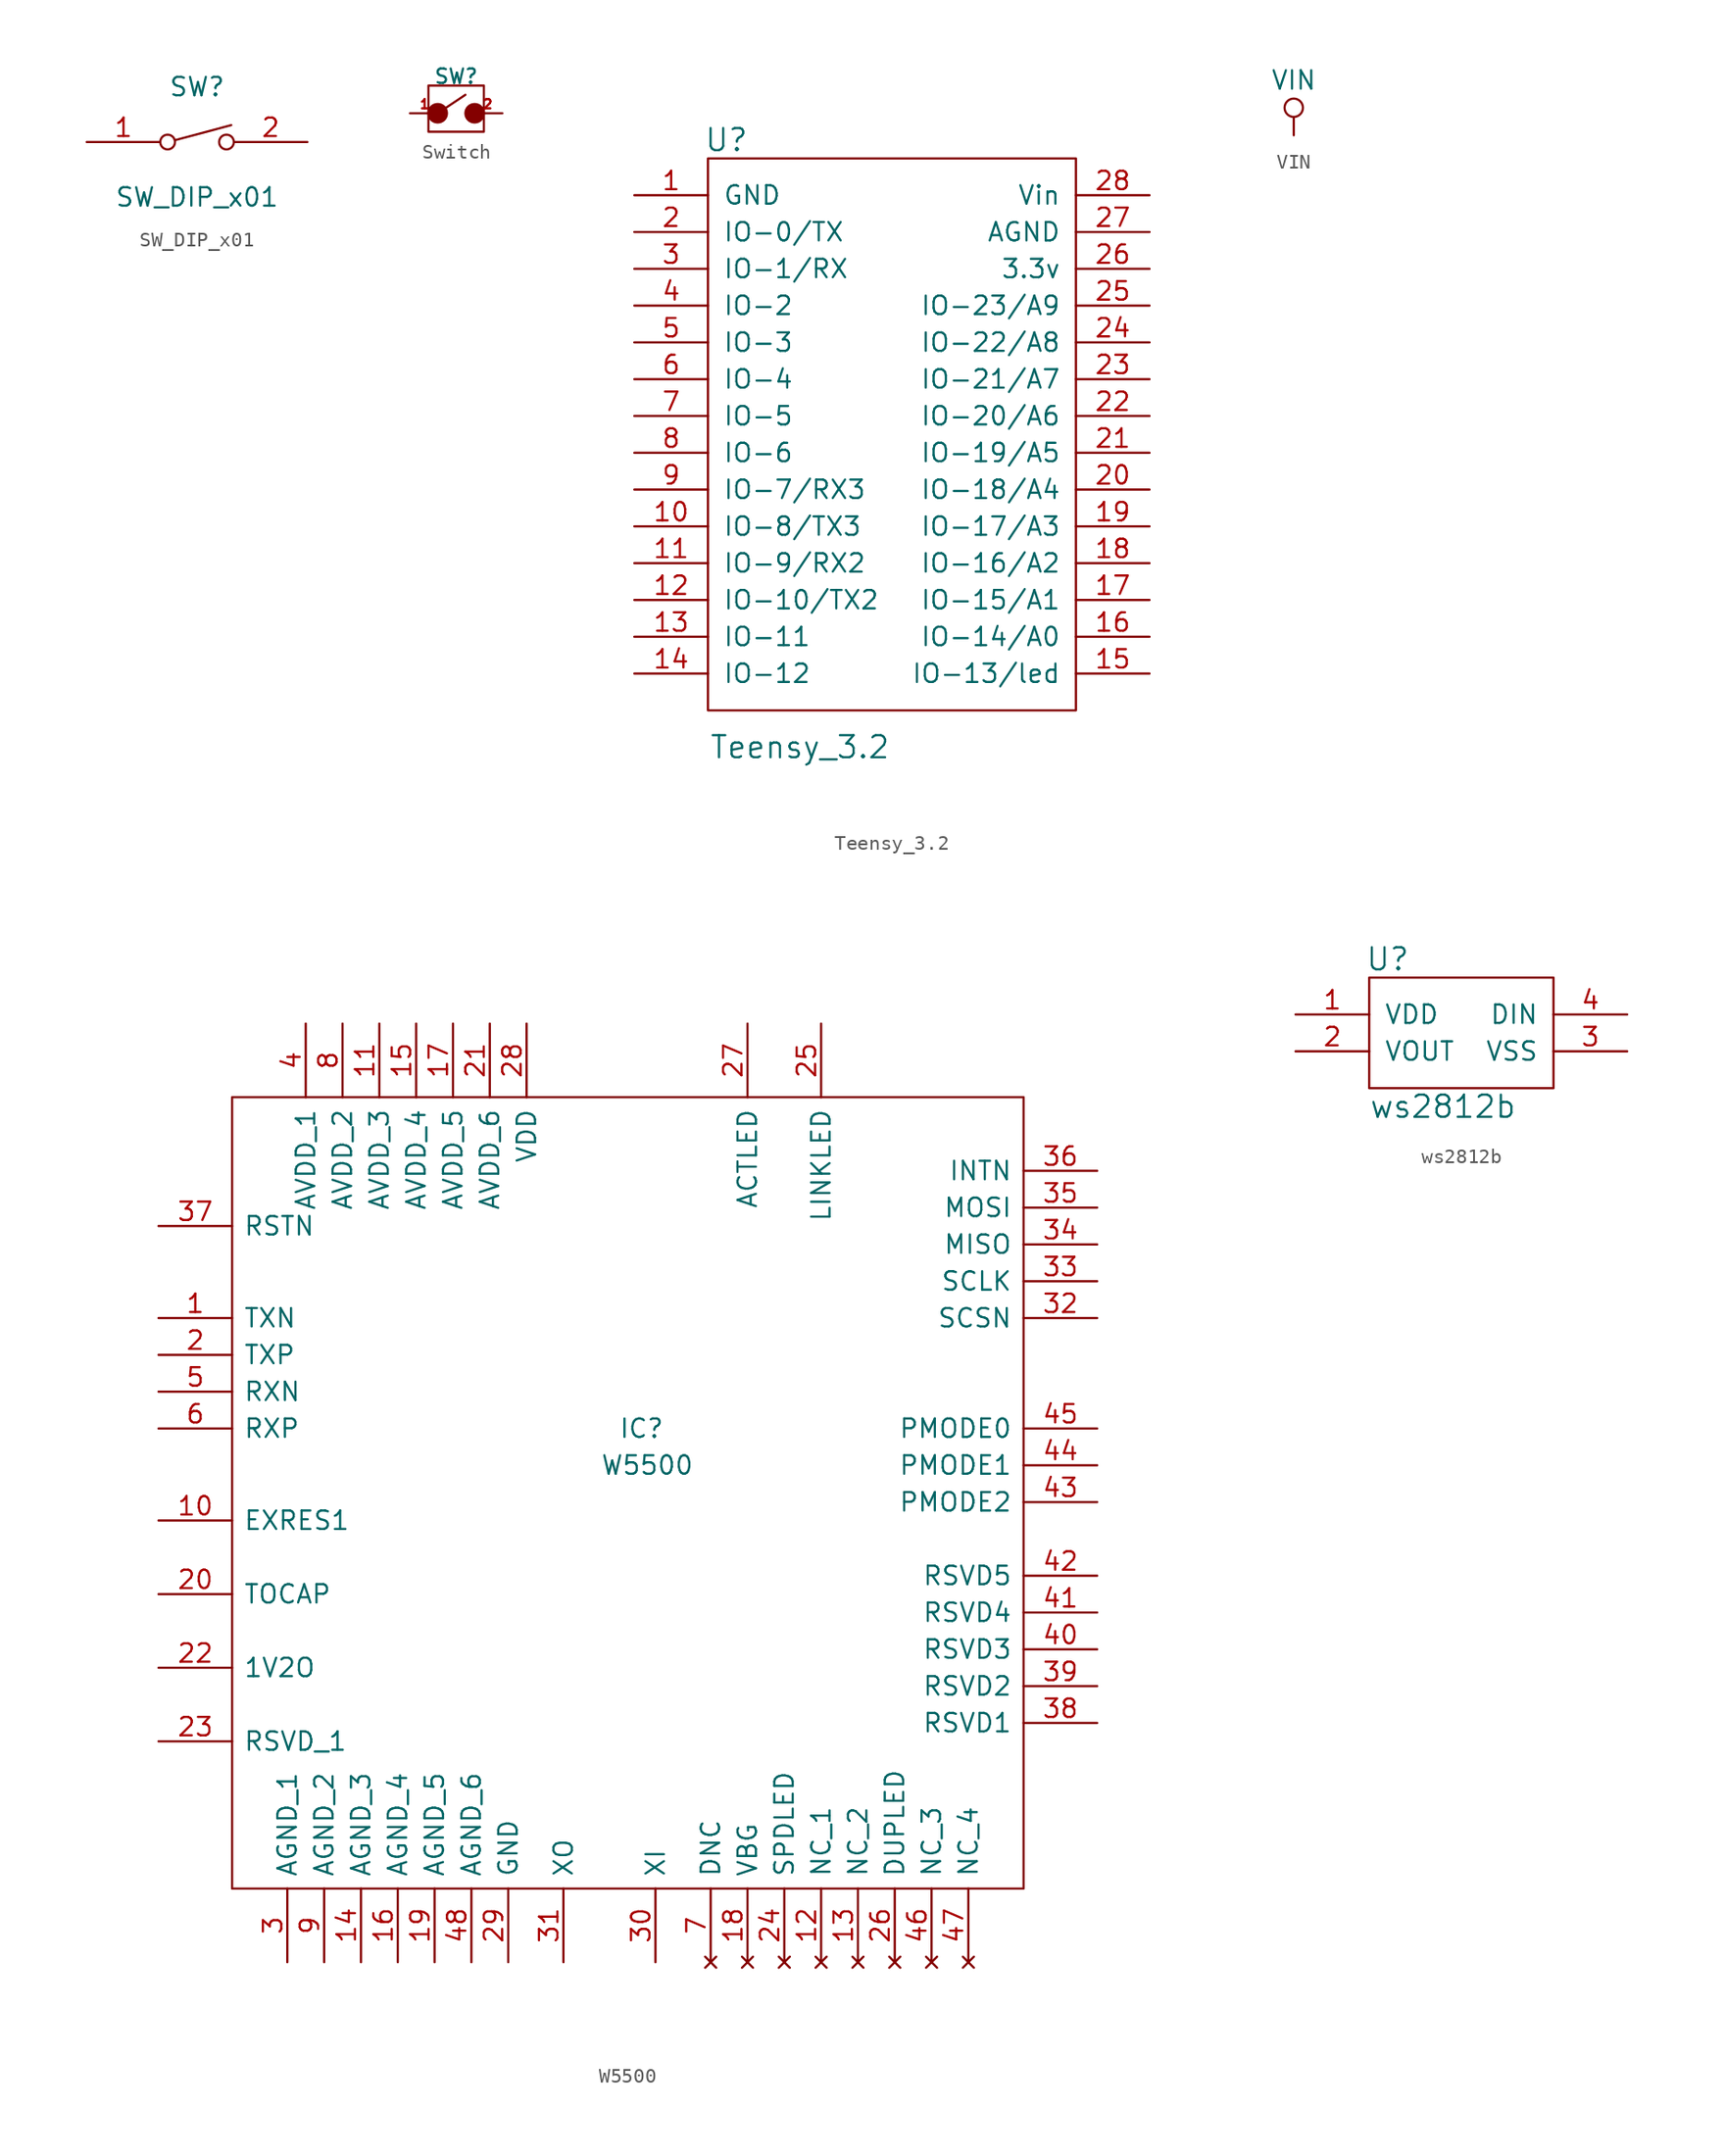
<source format=kicad_sym>
(kicad_symbol_lib
  (version 20211014)
  (generator kicad_symbol_editor)
  (symbol "SW_DIP_x01"
    (pin_names
      (offset 0) hide)
    (property "Reference" "SW"
      (at 0 3.81 0)
      (effects (font (size 1.27 1.27))))
    (property "Value" "SW_DIP_x01"
      (at 0 -3.81 0)
      (effects (font (size 1.27 1.27))))
    (symbol "SW_DIP_x01_0_0"
      (circle (center -2.032 0) (radius 0.508) (stroke (width 0) (type default) (color 0 0 0 0)) (fill (type none)))
      (polyline (pts (xy -1.524 0.127) (xy 2.362 1.168)) (stroke (width 0) (type default) (color 0 0 0 0)) (fill (type none)))
      (circle (center 2.032 0) (radius 0.508) (stroke (width 0) (type default) (color 0 0 0 0)) (fill (type none))))
    (symbol "SW_DIP_x01_1_1"
      (pin passive line (at -7.62 0 0) (length 5.08) (name "~" (effects (font (size 1.27 1.27)))) (number "1" (effects (font (size 1.27 1.27)))))
      (pin passive line (at 7.62 0 180) (length 5.08) (name "~" (effects (font (size 1.27 1.27)))) (number "2" (effects (font (size 1.27 1.27)))))))
  (symbol "Switch"
    (pin_names
      (offset 1.016))
    (property "Reference" "SW"
      (at 0.635 2.54 0)
      (effects (font (size 0.991 0.991))))
    (symbol "Switch_0_1"
      (circle (center -0.635 0) (radius 0.0001) (stroke (width 0.711) (type default) (color 0 0 0 0)) (fill (type none)))
      (polyline (pts (xy 1.27 1.27) (xy -0.635 0)) (stroke (width 0) (type default) (color 0 0 0 0)) (fill (type none)))
      (circle (center 1.905 0) (radius 0.0001) (stroke (width 0.711) (type default) (color 0 0 0 0)) (fill (type none)))
      (rectangle (start 2.54 1.905) (end -1.27 -1.27) (stroke (width 0) (type default) (color 0 0 0 0)) (fill (type none))))
    (symbol "Switch_1_1"
      (pin input line (at -2.54 0 0) (length 2.007) (name "~" (effects (font (size 0.635 0.635)))) (number "1" (effects (font (size 0.635 0.635)))))
      (pin input line (at 3.81 0 180) (length 2.007) (name "~" (effects (font (size 0.635 0.635)))) (number "2" (effects (font (size 0.635 0.635)))))))
  (symbol "Teensy_3.2"
    (pin_names
      (offset 1.016))
    (property "Reference" "U"
      (at -11.43 39.37 0)
      (effects (font (size 1.524 1.524))))
    (property "Value" "Teensy_3.2"
      (at -6.35 -2.54 0)
      (effects (font (size 1.524 1.524))))
    (property "Footprint" ""
      (at 1.27 0 0)
      (effects (font (size 1.524 1.524))))
    (property "Datasheet" ""
      (at 1.27 0 0)
      (effects (font (size 1.524 1.524))))
    (symbol "Teensy_3.2_0_1"
      (rectangle (start -12.7 38.1) (end 12.7 0) (stroke (width 0) (type default) (color 0 0 0 0)) (fill (type none))))
    (symbol "Teensy_3.2_1_1"
      (pin power_in line (at -17.78 35.56 0) (length 5.08) (name "GND" (effects (font (size 1.27 1.27)))) (number "1" (effects (font (size 1.27 1.27)))))
      (pin bidirectional line (at -17.78 12.7 0) (length 5.08) (name "IO-8/TX3" (effects (font (size 1.27 1.27)))) (number "10" (effects (font (size 1.27 1.27)))))
      (pin bidirectional line (at -17.78 10.16 0) (length 5.08) (name "IO-9/RX2" (effects (font (size 1.27 1.27)))) (number "11" (effects (font (size 1.27 1.27)))))
      (pin bidirectional line (at -17.78 7.62 0) (length 5.08) (name "IO-10/TX2" (effects (font (size 1.27 1.27)))) (number "12" (effects (font (size 1.27 1.27)))))
      (pin bidirectional line (at -17.78 5.08 0) (length 5.08) (name "IO-11" (effects (font (size 1.27 1.27)))) (number "13" (effects (font (size 1.27 1.27)))))
      (pin bidirectional line (at -17.78 2.54 0) (length 5.08) (name "IO-12" (effects (font (size 1.27 1.27)))) (number "14" (effects (font (size 1.27 1.27)))))
      (pin bidirectional line (at 17.78 2.54 180) (length 5.08) (name "IO-13/led" (effects (font (size 1.27 1.27)))) (number "15" (effects (font (size 1.27 1.27)))))
      (pin bidirectional line (at 17.78 5.08 180) (length 5.08) (name "IO-14/A0" (effects (font (size 1.27 1.27)))) (number "16" (effects (font (size 1.27 1.27)))))
      (pin bidirectional line (at 17.78 7.62 180) (length 5.08) (name "IO-15/A1" (effects (font (size 1.27 1.27)))) (number "17" (effects (font (size 1.27 1.27)))))
      (pin bidirectional line (at 17.78 10.16 180) (length 5.08) (name "IO-16/A2" (effects (font (size 1.27 1.27)))) (number "18" (effects (font (size 1.27 1.27)))))
      (pin bidirectional line (at 17.78 12.7 180) (length 5.08) (name "IO-17/A3" (effects (font (size 1.27 1.27)))) (number "19" (effects (font (size 1.27 1.27)))))
      (pin bidirectional line (at -17.78 33.02 0) (length 5.08) (name "IO-0/TX" (effects (font (size 1.27 1.27)))) (number "2" (effects (font (size 1.27 1.27)))))
      (pin bidirectional line (at 17.78 15.24 180) (length 5.08) (name "IO-18/A4" (effects (font (size 1.27 1.27)))) (number "20" (effects (font (size 1.27 1.27)))))
      (pin bidirectional line (at 17.78 17.78 180) (length 5.08) (name "IO-19/A5" (effects (font (size 1.27 1.27)))) (number "21" (effects (font (size 1.27 1.27)))))
      (pin bidirectional line (at 17.78 20.32 180) (length 5.08) (name "IO-20/A6" (effects (font (size 1.27 1.27)))) (number "22" (effects (font (size 1.27 1.27)))))
      (pin bidirectional line (at 17.78 22.86 180) (length 5.08) (name "IO-21/A7" (effects (font (size 1.27 1.27)))) (number "23" (effects (font (size 1.27 1.27)))))
      (pin bidirectional line (at 17.78 25.4 180) (length 5.08) (name "IO-22/A8" (effects (font (size 1.27 1.27)))) (number "24" (effects (font (size 1.27 1.27)))))
      (pin bidirectional line (at 17.78 27.94 180) (length 5.08) (name "IO-23/A9" (effects (font (size 1.27 1.27)))) (number "25" (effects (font (size 1.27 1.27)))))
      (pin power_in line (at 17.78 30.48 180) (length 5.08) (name "3.3v" (effects (font (size 1.27 1.27)))) (number "26" (effects (font (size 1.27 1.27)))))
      (pin power_in line (at 17.78 33.02 180) (length 5.08) (name "AGND" (effects (font (size 1.27 1.27)))) (number "27" (effects (font (size 1.27 1.27)))))
      (pin power_in line (at 17.78 35.56 180) (length 5.08) (name "Vin" (effects (font (size 1.27 1.27)))) (number "28" (effects (font (size 1.27 1.27)))))
      (pin bidirectional line (at -17.78 30.48 0) (length 5.08) (name "IO-1/RX" (effects (font (size 1.27 1.27)))) (number "3" (effects (font (size 1.27 1.27)))))
      (pin bidirectional line (at -17.78 27.94 0) (length 5.08) (name "IO-2" (effects (font (size 1.27 1.27)))) (number "4" (effects (font (size 1.27 1.27)))))
      (pin bidirectional line (at -17.78 25.4 0) (length 5.08) (name "IO-3" (effects (font (size 1.27 1.27)))) (number "5" (effects (font (size 1.27 1.27)))))
      (pin bidirectional line (at -17.78 22.86 0) (length 5.08) (name "IO-4" (effects (font (size 1.27 1.27)))) (number "6" (effects (font (size 1.27 1.27)))))
      (pin bidirectional line (at -17.78 20.32 0) (length 5.08) (name "IO-5" (effects (font (size 1.27 1.27)))) (number "7" (effects (font (size 1.27 1.27)))))
      (pin bidirectional line (at -17.78 17.78 0) (length 5.08) (name "IO-6" (effects (font (size 1.27 1.27)))) (number "8" (effects (font (size 1.27 1.27)))))
      (pin bidirectional line (at -17.78 15.24 0) (length 5.08) (name "IO-7/RX3" (effects (font (size 1.27 1.27)))) (number "9" (effects (font (size 1.27 1.27)))))))
  (symbol "VIN"
    (power)
    (pin_names
      (offset 0))
    (property "Reference" "#PWR"
      (at 8.89 2.54 0)
      (effects (font (size 1.27 1.27)) hide))
    (property "Value" "VIN"
      (at 0 3.81 0)
      (effects (font (size 1.27 1.27))))
    (symbol "VIN_0_1"
      (polyline (pts (xy 0 0) (xy 0 1.27)) (stroke (width 0) (type default) (color 0 0 0 0)) (fill (type none)))
      (circle (center 0 1.905) (radius 0.635) (stroke (width 0) (type default) (color 0 0 0 0)) (fill (type none))))
    (symbol "VIN_1_1"
      (pin power_in line (at 0 0 90) (length 0) hide (name "VIN" (effects (font (size 1.27 1.27)))) (number "1" (effects (font (size 1.27 1.27)))))))
  (symbol "W5500"
    (pin_names
      (offset 0.762))
    (property "Reference" "IC"
      (at 26.67 -22.86 0)
      (effects (font (size 1.27 1.27)) (justify left)))
    (property "Value" "W5500"
      (at 25.4 -25.4 0)
      (effects (font (size 1.27 1.27)) (justify left)))
    (symbol "W5500_0_0"
      (pin bidirectional line (at -5.08 -15.24 0) (length 5.08) (name "TXN" (effects (font (size 1.27 1.27)))) (number "1" (effects (font (size 1.27 1.27)))))
      (pin bidirectional line (at 10.16 5.08 270) (length 5.08) (name "AVDD_3" (effects (font (size 1.27 1.27)))) (number "11" (effects (font (size 1.27 1.27)))))
      (pin no_connect line (at 40.64 -59.69 90) (length 5.08) (name "NC_1" (effects (font (size 1.27 1.27)))) (number "12" (effects (font (size 1.27 1.27)))))
      (pin no_connect line (at 43.18 -59.69 90) (length 5.08) (name "NC_2" (effects (font (size 1.27 1.27)))) (number "13" (effects (font (size 1.27 1.27)))))
      (pin bidirectional line (at 8.89 -59.69 90) (length 5.08) (name "AGND_3" (effects (font (size 1.27 1.27)))) (number "14" (effects (font (size 1.27 1.27)))))
      (pin bidirectional line (at 12.7 5.08 270) (length 5.08) (name "AVDD_4" (effects (font (size 1.27 1.27)))) (number "15" (effects (font (size 1.27 1.27)))))
      (pin bidirectional line (at 11.43 -59.69 90) (length 5.08) (name "AGND_4" (effects (font (size 1.27 1.27)))) (number "16" (effects (font (size 1.27 1.27)))))
      (pin bidirectional line (at 15.24 5.08 270) (length 5.08) (name "AVDD_5" (effects (font (size 1.27 1.27)))) (number "17" (effects (font (size 1.27 1.27)))))
      (pin no_connect line (at 35.56 -59.69 90) (length 5.08) (name "VBG" (effects (font (size 1.27 1.27)))) (number "18" (effects (font (size 1.27 1.27)))))
      (pin bidirectional line (at 13.97 -59.69 90) (length 5.08) (name "AGND_5" (effects (font (size 1.27 1.27)))) (number "19" (effects (font (size 1.27 1.27)))))
      (pin bidirectional line (at -5.08 -17.78 0) (length 5.08) (name "TXP" (effects (font (size 1.27 1.27)))) (number "2" (effects (font (size 1.27 1.27)))))
      (pin bidirectional line (at -5.08 -34.29 0) (length 5.08) (name "TOCAP" (effects (font (size 1.27 1.27)))) (number "20" (effects (font (size 1.27 1.27)))))
      (pin bidirectional line (at 17.78 5.08 270) (length 5.08) (name "AVDD_6" (effects (font (size 1.27 1.27)))) (number "21" (effects (font (size 1.27 1.27)))))
      (pin bidirectional line (at -5.08 -39.37 0) (length 5.08) (name "1V2O" (effects (font (size 1.27 1.27)))) (number "22" (effects (font (size 1.27 1.27)))))
      (pin bidirectional line (at -5.08 -44.45 0) (length 5.08) (name "RSVD_1" (effects (font (size 1.27 1.27)))) (number "23" (effects (font (size 1.27 1.27)))))
      (pin no_connect line (at 38.1 -59.69 90) (length 5.08) (name "SPDLED" (effects (font (size 1.27 1.27)))) (number "24" (effects (font (size 1.27 1.27)))))
      (pin bidirectional line (at 40.64 5.08 270) (length 5.08) (name "LINKLED" (effects (font (size 1.27 1.27)))) (number "25" (effects (font (size 1.27 1.27)))))
      (pin bidirectional line (at 35.56 5.08 270) (length 5.08) (name "ACTLED" (effects (font (size 1.27 1.27)))) (number "27" (effects (font (size 1.27 1.27)))))
      (pin bidirectional line (at 19.05 -59.69 90) (length 5.08) (name "GND" (effects (font (size 1.27 1.27)))) (number "29" (effects (font (size 1.27 1.27)))))
      (pin bidirectional line (at 3.81 -59.69 90) (length 5.08) (name "AGND_1" (effects (font (size 1.27 1.27)))) (number "3" (effects (font (size 1.27 1.27)))))
      (pin bidirectional line (at 29.21 -59.69 90) (length 5.08) (name "XI" (effects (font (size 1.27 1.27)))) (number "30" (effects (font (size 1.27 1.27)))))
      (pin bidirectional line (at 22.86 -59.69 90) (length 5.08) (name "XO" (effects (font (size 1.27 1.27)))) (number "31" (effects (font (size 1.27 1.27)))))
      (pin bidirectional line (at 59.69 -15.24 180) (length 5.08) (name "SCSN" (effects (font (size 1.27 1.27)))) (number "32" (effects (font (size 1.27 1.27)))))
      (pin bidirectional line (at 59.69 -12.7 180) (length 5.08) (name "SCLK" (effects (font (size 1.27 1.27)))) (number "33" (effects (font (size 1.27 1.27)))))
      (pin bidirectional line (at 59.69 -10.16 180) (length 5.08) (name "MISO" (effects (font (size 1.27 1.27)))) (number "34" (effects (font (size 1.27 1.27)))))
      (pin bidirectional line (at 59.69 -7.62 180) (length 5.08) (name "MOSI" (effects (font (size 1.27 1.27)))) (number "35" (effects (font (size 1.27 1.27)))))
      (pin bidirectional line (at 59.69 -5.08 180) (length 5.08) (name "INTN" (effects (font (size 1.27 1.27)))) (number "36" (effects (font (size 1.27 1.27)))))
      (pin bidirectional line (at -5.08 -8.89 0) (length 5.08) (name "RSTN" (effects (font (size 1.27 1.27)))) (number "37" (effects (font (size 1.27 1.27)))))
      (pin bidirectional line (at 59.69 -43.18 180) (length 5.08) (name "RSVD1" (effects (font (size 1.27 1.27)))) (number "38" (effects (font (size 1.27 1.27)))))
      (pin bidirectional line (at 59.69 -40.64 180) (length 5.08) (name "RSVD2" (effects (font (size 1.27 1.27)))) (number "39" (effects (font (size 1.27 1.27)))))
      (pin bidirectional line (at 5.08 5.08 270) (length 5.08) (name "AVDD_1" (effects (font (size 1.27 1.27)))) (number "4" (effects (font (size 1.27 1.27)))))
      (pin bidirectional line (at 59.69 -38.1 180) (length 5.08) (name "RSVD3" (effects (font (size 1.27 1.27)))) (number "40" (effects (font (size 1.27 1.27)))))
      (pin bidirectional line (at 59.69 -35.56 180) (length 5.08) (name "RSVD4" (effects (font (size 1.27 1.27)))) (number "41" (effects (font (size 1.27 1.27)))))
      (pin bidirectional line (at 59.69 -33.02 180) (length 5.08) (name "RSVD5" (effects (font (size 1.27 1.27)))) (number "42" (effects (font (size 1.27 1.27)))))
      (pin bidirectional line (at 59.69 -27.94 180) (length 5.08) (name "PMODE2" (effects (font (size 1.27 1.27)))) (number "43" (effects (font (size 1.27 1.27)))))
      (pin bidirectional line (at 59.69 -25.4 180) (length 5.08) (name "PMODE1" (effects (font (size 1.27 1.27)))) (number "44" (effects (font (size 1.27 1.27)))))
      (pin bidirectional line (at 59.69 -22.86 180) (length 5.08) (name "PMODE0" (effects (font (size 1.27 1.27)))) (number "45" (effects (font (size 1.27 1.27)))))
      (pin bidirectional line (at -5.08 -20.32 0) (length 5.08) (name "RXN" (effects (font (size 1.27 1.27)))) (number "5" (effects (font (size 1.27 1.27)))))
      (pin bidirectional line (at -5.08 -22.86 0) (length 5.08) (name "RXP" (effects (font (size 1.27 1.27)))) (number "6" (effects (font (size 1.27 1.27)))))
      (pin bidirectional line (at 7.62 5.08 270) (length 5.08) (name "AVDD_2" (effects (font (size 1.27 1.27)))) (number "8" (effects (font (size 1.27 1.27)))))
      (pin bidirectional line (at 6.35 -59.69 90) (length 5.08) (name "AGND_2" (effects (font (size 1.27 1.27)))) (number "9" (effects (font (size 1.27 1.27))))))
    (symbol "W5500_0_1"
      (rectangle (start 0 0) (end 54.61 -54.61) (stroke (width 0) (type default) (color 0 0 0 0)) (fill (type none))))
    (symbol "W5500_1_0"
      (pin bidirectional line (at -5.08 -29.21 0) (length 5.08) (name "EXRES1" (effects (font (size 1.27 1.27)))) (number "10" (effects (font (size 1.27 1.27)))))
      (pin no_connect line (at 45.72 -59.69 90) (length 5.08) (name "DUPLED" (effects (font (size 1.27 1.27)))) (number "26" (effects (font (size 1.27 1.27)))))
      (pin bidirectional line (at 20.32 5.08 270) (length 5.08) (name "VDD" (effects (font (size 1.27 1.27)))) (number "28" (effects (font (size 1.27 1.27)))))
      (pin no_connect line (at 48.26 -59.69 90) (length 5.08) (name "NC_3" (effects (font (size 1.27 1.27)))) (number "46" (effects (font (size 1.27 1.27)))))
      (pin no_connect line (at 50.8 -59.69 90) (length 5.08) (name "NC_4" (effects (font (size 1.27 1.27)))) (number "47" (effects (font (size 1.27 1.27)))))
      (pin bidirectional line (at 16.51 -59.69 90) (length 5.08) (name "AGND_6" (effects (font (size 1.27 1.27)))) (number "48" (effects (font (size 1.27 1.27)))))
      (pin no_connect line (at 33.02 -59.69 90) (length 5.08) (name "DNC" (effects (font (size 1.27 1.27)))) (number "7" (effects (font (size 1.27 1.27)))))))
  (symbol "ws2812b"
    (pin_names
      (offset 1.016))
    (property "Reference" "U"
      (at -5.08 8.89 0)
      (effects (font (size 1.524 1.524))))
    (property "Value" "ws2812b"
      (at -1.27 -1.27 0)
      (effects (font (size 1.524 1.524))))
    (symbol "ws2812b_0_1"
      (rectangle (start -6.35 7.62) (end 6.35 0) (stroke (width 0) (type default) (color 0 0 0 0)) (fill (type none))))
    (symbol "ws2812b_1_1"
      (pin input line (at -11.43 5.08 0) (length 5.08) (name "VDD" (effects (font (size 1.27 1.27)))) (number "1" (effects (font (size 1.27 1.27)))))
      (pin input line (at -11.43 2.54 0) (length 5.08) (name "VOUT" (effects (font (size 1.27 1.27)))) (number "2" (effects (font (size 1.27 1.27)))))
      (pin input line (at 11.43 2.54 180) (length 5.08) (name "VSS" (effects (font (size 1.27 1.27)))) (number "3" (effects (font (size 1.27 1.27)))))
      (pin input line (at 11.43 5.08 180) (length 5.08) (name "DIN" (effects (font (size 1.27 1.27)))) (number "4" (effects (font (size 1.27 1.27))))))))
</source>
